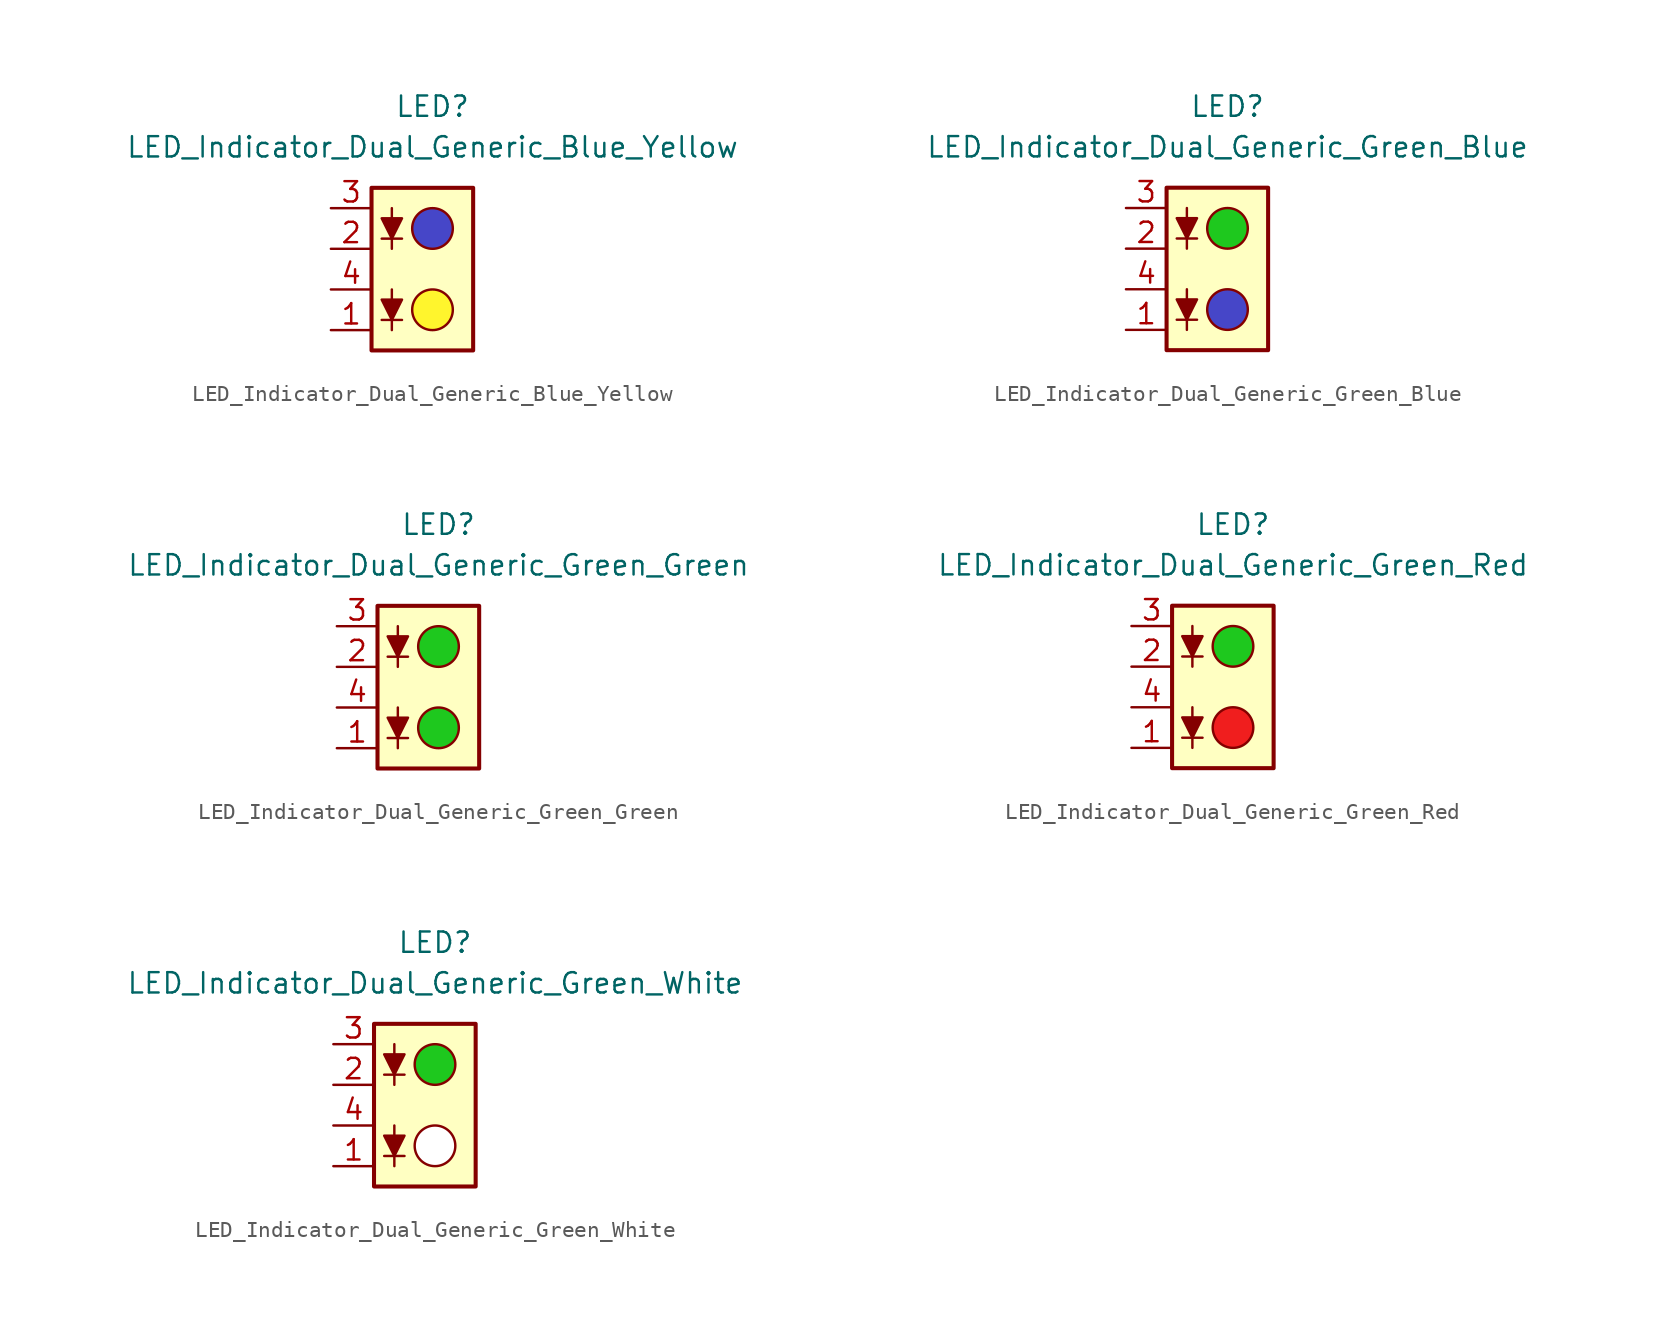
<source format=kicad_sym>
(kicad_symbol_lib
  (version 20231120)
  (generator "kicad_symbol_editor")
  (generator_version "8.0")
  (symbol "LED_Indicator_Dual_Generic_Blue_Yellow"
    (pin_names
      (offset 1.016) hide)
    (property "Reference" "LED"
      (at 0 10.16 0)
      (effects (font (size 1.27 1.27))))
    (property "Value" "LED_Indicator_Dual_Generic_Blue_Yellow"
      (at 0 7.62 0)
      (effects (font (size 1.27 1.27))))
    (symbol "LED_Indicator_Dual_Generic_Blue_Yellow_0_1"
      (rectangle (start -3.81 5.08) (end 2.54 -5.08) (stroke (width 0.254) (type default)) (fill (type background)))
      (circle (center 0 -2.54) (radius 1.27) (stroke (width 0) (type default)) (fill (type color) (color 255 245 45 1)))
      (polyline (pts (xy -3.175 -3.175) (xy -1.905 -3.175)) (stroke (width 0) (type default)) (fill (type none)))
      (polyline (pts (xy -3.175 1.905) (xy -1.905 1.905)) (stroke (width 0) (type default)) (fill (type none)))
      (polyline (pts (xy -2.54 -1.27) (xy -2.54 -3.81)) (stroke (width 0) (type default)) (fill (type none)))
      (polyline (pts (xy -2.54 3.81) (xy -2.54 1.27)) (stroke (width 0) (type default)) (fill (type none)))
      (polyline (pts (xy -2.54 -3.175) (xy -3.175 -1.905) (xy -1.905 -1.905) (xy -2.54 -3.175)) (stroke (width 0) (type default)) (fill (type outline)))
      (polyline (pts (xy -2.54 1.905) (xy -3.175 3.175) (xy -1.905 3.175) (xy -2.54 1.905)) (stroke (width 0) (type default)) (fill (type outline)))
      (circle (center 0 2.54) (radius 1.27) (stroke (width 0) (type default)) (fill (type color) (color 70 70 200 1))))
    (symbol "LED_Indicator_Dual_Generic_Blue_Yellow_1_1"
      (pin passive line (at -6.35 -3.81 0) (length 2.54) (name "K1" (effects (font (size 1.27 1.27)))) (number "1" (effects (font (size 1.27 1.27)))))
      (pin passive line (at -6.35 1.27 0) (length 2.54) (name "K2" (effects (font (size 1.27 1.27)))) (number "2" (effects (font (size 1.27 1.27)))))
      (pin passive line (at -6.35 3.81 0) (length 2.54) (name "A2" (effects (font (size 1.27 1.27)))) (number "3" (effects (font (size 1.27 1.27)))))
      (pin passive line (at -6.35 -1.27 0) (length 2.54) (name "A1" (effects (font (size 1.27 1.27)))) (number "4" (effects (font (size 1.27 1.27)))))))
  (symbol "LED_Indicator_Dual_Generic_Green_Blue"
    (pin_names
      (offset 1.016) hide)
    (property "Reference" "LED"
      (at 0 10.16 0)
      (effects (font (size 1.27 1.27))))
    (property "Value" "LED_Indicator_Dual_Generic_Green_Blue"
      (at 0 7.62 0)
      (effects (font (size 1.27 1.27))))
    (symbol "LED_Indicator_Dual_Generic_Green_Blue_0_1"
      (rectangle (start -3.81 5.08) (end 2.54 -5.08) (stroke (width 0.254) (type default)) (fill (type background)))
      (circle (center 0 -2.54) (radius 1.27) (stroke (width 0) (type default)) (fill (type color) (color 70 70 200 1)))
      (polyline (pts (xy -3.175 -3.175) (xy -1.905 -3.175)) (stroke (width 0) (type default)) (fill (type none)))
      (polyline (pts (xy -3.175 1.905) (xy -1.905 1.905)) (stroke (width 0) (type default)) (fill (type none)))
      (polyline (pts (xy -2.54 -1.27) (xy -2.54 -3.81)) (stroke (width 0) (type default)) (fill (type none)))
      (polyline (pts (xy -2.54 3.81) (xy -2.54 1.27)) (stroke (width 0) (type default)) (fill (type none)))
      (polyline (pts (xy -2.54 -3.175) (xy -3.175 -1.905) (xy -1.905 -1.905) (xy -2.54 -3.175)) (stroke (width 0) (type default)) (fill (type outline)))
      (polyline (pts (xy -2.54 1.905) (xy -3.175 3.175) (xy -1.905 3.175) (xy -2.54 1.905)) (stroke (width 0) (type default)) (fill (type outline)))
      (circle (center 0 2.54) (radius 1.27) (stroke (width 0) (type default)) (fill (type color) (color 30 200 30 1))))
    (symbol "LED_Indicator_Dual_Generic_Green_Blue_1_1"
      (pin passive line (at -6.35 -3.81 0) (length 2.54) (name "K1" (effects (font (size 1.27 1.27)))) (number "1" (effects (font (size 1.27 1.27)))))
      (pin passive line (at -6.35 1.27 0) (length 2.54) (name "K2" (effects (font (size 1.27 1.27)))) (number "2" (effects (font (size 1.27 1.27)))))
      (pin passive line (at -6.35 3.81 0) (length 2.54) (name "A2" (effects (font (size 1.27 1.27)))) (number "3" (effects (font (size 1.27 1.27)))))
      (pin passive line (at -6.35 -1.27 0) (length 2.54) (name "A1" (effects (font (size 1.27 1.27)))) (number "4" (effects (font (size 1.27 1.27)))))))
  (symbol "LED_Indicator_Dual_Generic_Green_Green"
    (pin_names
      (offset 1.016) hide)
    (property "Reference" "LED"
      (at 0 10.16 0)
      (effects (font (size 1.27 1.27))))
    (property "Value" "LED_Indicator_Dual_Generic_Green_Green"
      (at 0 7.62 0)
      (effects (font (size 1.27 1.27))))
    (symbol "LED_Indicator_Dual_Generic_Green_Green_0_1"
      (rectangle (start -3.81 5.08) (end 2.54 -5.08) (stroke (width 0.254) (type default)) (fill (type background)))
      (circle (center 0 -2.54) (radius 1.27) (stroke (width 0) (type default)) (fill (type color) (color 30 200 30 1)))
      (polyline (pts (xy -3.175 -3.175) (xy -1.905 -3.175)) (stroke (width 0) (type default)) (fill (type none)))
      (polyline (pts (xy -3.175 1.905) (xy -1.905 1.905)) (stroke (width 0) (type default)) (fill (type none)))
      (polyline (pts (xy -2.54 -1.27) (xy -2.54 -3.81)) (stroke (width 0) (type default)) (fill (type none)))
      (polyline (pts (xy -2.54 3.81) (xy -2.54 1.27)) (stroke (width 0) (type default)) (fill (type none)))
      (polyline (pts (xy -2.54 -3.175) (xy -3.175 -1.905) (xy -1.905 -1.905) (xy -2.54 -3.175)) (stroke (width 0) (type default)) (fill (type outline)))
      (polyline (pts (xy -2.54 1.905) (xy -3.175 3.175) (xy -1.905 3.175) (xy -2.54 1.905)) (stroke (width 0) (type default)) (fill (type outline)))
      (circle (center 0 2.54) (radius 1.27) (stroke (width 0) (type default)) (fill (type color) (color 30 200 30 1))))
    (symbol "LED_Indicator_Dual_Generic_Green_Green_1_1"
      (pin passive line (at -6.35 -3.81 0) (length 2.54) (name "K1" (effects (font (size 1.27 1.27)))) (number "1" (effects (font (size 1.27 1.27)))))
      (pin passive line (at -6.35 1.27 0) (length 2.54) (name "K2" (effects (font (size 1.27 1.27)))) (number "2" (effects (font (size 1.27 1.27)))))
      (pin passive line (at -6.35 3.81 0) (length 2.54) (name "A2" (effects (font (size 1.27 1.27)))) (number "3" (effects (font (size 1.27 1.27)))))
      (pin passive line (at -6.35 -1.27 0) (length 2.54) (name "A1" (effects (font (size 1.27 1.27)))) (number "4" (effects (font (size 1.27 1.27)))))))
  (symbol "LED_Indicator_Dual_Generic_Green_Red"
    (pin_names
      (offset 1.016) hide)
    (property "Reference" "LED"
      (at 0 10.16 0)
      (effects (font (size 1.27 1.27))))
    (property "Value" "LED_Indicator_Dual_Generic_Green_Red"
      (at 0 7.62 0)
      (effects (font (size 1.27 1.27))))
    (symbol "LED_Indicator_Dual_Generic_Green_Red_0_1"
      (rectangle (start -3.81 5.08) (end 2.54 -5.08) (stroke (width 0.254) (type default)) (fill (type background)))
      (circle (center 0 -2.54) (radius 1.27) (stroke (width 0) (type default)) (fill (type color) (color 240 30 30 1)))
      (polyline (pts (xy -3.175 -3.175) (xy -1.905 -3.175)) (stroke (width 0) (type default)) (fill (type none)))
      (polyline (pts (xy -3.175 1.905) (xy -1.905 1.905)) (stroke (width 0) (type default)) (fill (type none)))
      (polyline (pts (xy -2.54 -1.27) (xy -2.54 -3.81)) (stroke (width 0) (type default)) (fill (type none)))
      (polyline (pts (xy -2.54 3.81) (xy -2.54 1.27)) (stroke (width 0) (type default)) (fill (type none)))
      (polyline (pts (xy -2.54 -3.175) (xy -3.175 -1.905) (xy -1.905 -1.905) (xy -2.54 -3.175)) (stroke (width 0) (type default)) (fill (type outline)))
      (polyline (pts (xy -2.54 1.905) (xy -3.175 3.175) (xy -1.905 3.175) (xy -2.54 1.905)) (stroke (width 0) (type default)) (fill (type outline)))
      (circle (center 0 2.54) (radius 1.27) (stroke (width 0) (type default)) (fill (type color) (color 30 200 30 1))))
    (symbol "LED_Indicator_Dual_Generic_Green_Red_1_1"
      (pin passive line (at -6.35 -3.81 0) (length 2.54) (name "K1" (effects (font (size 1.27 1.27)))) (number "1" (effects (font (size 1.27 1.27)))))
      (pin passive line (at -6.35 1.27 0) (length 2.54) (name "K2" (effects (font (size 1.27 1.27)))) (number "2" (effects (font (size 1.27 1.27)))))
      (pin passive line (at -6.35 3.81 0) (length 2.54) (name "A2" (effects (font (size 1.27 1.27)))) (number "3" (effects (font (size 1.27 1.27)))))
      (pin passive line (at -6.35 -1.27 0) (length 2.54) (name "A1" (effects (font (size 1.27 1.27)))) (number "4" (effects (font (size 1.27 1.27)))))))
  (symbol "LED_Indicator_Dual_Generic_Green_White"
    (pin_names
      (offset 1.016) hide)
    (property "Reference" "LED"
      (at 0 10.16 0)
      (effects (font (size 1.27 1.27))))
    (property "Value" "LED_Indicator_Dual_Generic_Green_White"
      (at 0 7.62 0)
      (effects (font (size 1.27 1.27))))
    (symbol "LED_Indicator_Dual_Generic_Green_White_0_1"
      (rectangle (start -3.81 5.08) (end 2.54 -5.08) (stroke (width 0.254) (type default)) (fill (type background)))
      (circle (center 0 -2.54) (radius 1.27) (stroke (width 0) (type default)) (fill (type color) (color 255 255 255 1)))
      (polyline (pts (xy -3.175 -3.175) (xy -1.905 -3.175)) (stroke (width 0) (type default)) (fill (type none)))
      (polyline (pts (xy -3.175 1.905) (xy -1.905 1.905)) (stroke (width 0) (type default)) (fill (type none)))
      (polyline (pts (xy -2.54 -1.27) (xy -2.54 -3.81)) (stroke (width 0) (type default)) (fill (type none)))
      (polyline (pts (xy -2.54 3.81) (xy -2.54 1.27)) (stroke (width 0) (type default)) (fill (type none)))
      (polyline (pts (xy -2.54 -3.175) (xy -3.175 -1.905) (xy -1.905 -1.905) (xy -2.54 -3.175)) (stroke (width 0) (type default)) (fill (type outline)))
      (polyline (pts (xy -2.54 1.905) (xy -3.175 3.175) (xy -1.905 3.175) (xy -2.54 1.905)) (stroke (width 0) (type default)) (fill (type outline)))
      (circle (center 0 2.54) (radius 1.27) (stroke (width 0) (type default)) (fill (type color) (color 30 200 30 1))))
    (symbol "LED_Indicator_Dual_Generic_Green_White_1_1"
      (pin passive line (at -6.35 -3.81 0) (length 2.54) (name "K1" (effects (font (size 1.27 1.27)))) (number "1" (effects (font (size 1.27 1.27)))))
      (pin passive line (at -6.35 1.27 0) (length 2.54) (name "K2" (effects (font (size 1.27 1.27)))) (number "2" (effects (font (size 1.27 1.27)))))
      (pin passive line (at -6.35 3.81 0) (length 2.54) (name "A2" (effects (font (size 1.27 1.27)))) (number "3" (effects (font (size 1.27 1.27)))))
      (pin passive line (at -6.35 -1.27 0) (length 2.54) (name "A1" (effects (font (size 1.27 1.27)))) (number "4" (effects (font (size 1.27 1.27))))))))
</source>
